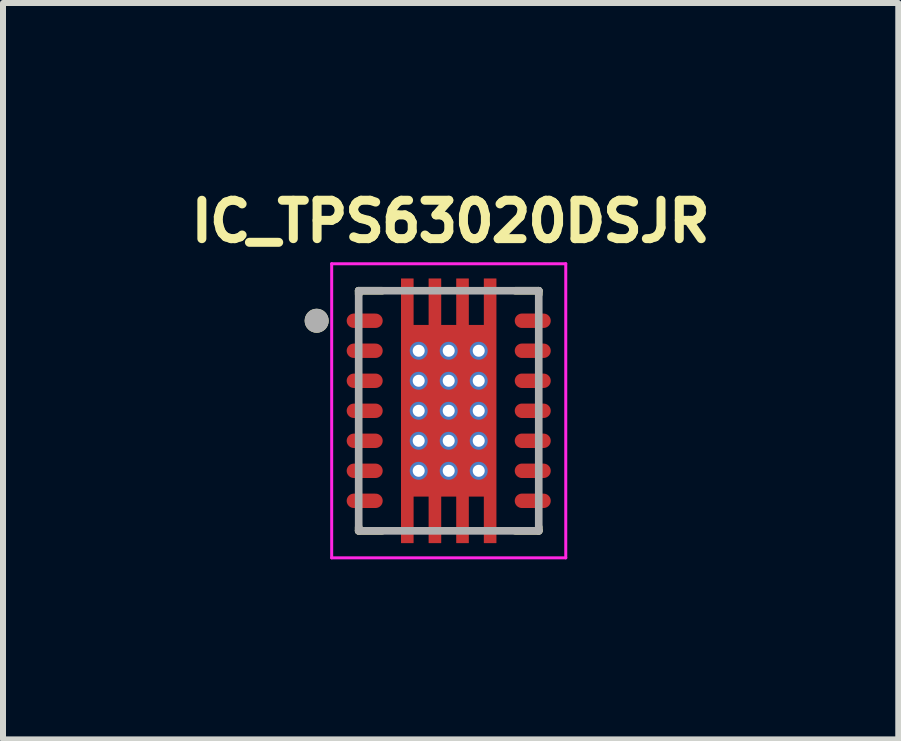
<source format=kicad_pcb>
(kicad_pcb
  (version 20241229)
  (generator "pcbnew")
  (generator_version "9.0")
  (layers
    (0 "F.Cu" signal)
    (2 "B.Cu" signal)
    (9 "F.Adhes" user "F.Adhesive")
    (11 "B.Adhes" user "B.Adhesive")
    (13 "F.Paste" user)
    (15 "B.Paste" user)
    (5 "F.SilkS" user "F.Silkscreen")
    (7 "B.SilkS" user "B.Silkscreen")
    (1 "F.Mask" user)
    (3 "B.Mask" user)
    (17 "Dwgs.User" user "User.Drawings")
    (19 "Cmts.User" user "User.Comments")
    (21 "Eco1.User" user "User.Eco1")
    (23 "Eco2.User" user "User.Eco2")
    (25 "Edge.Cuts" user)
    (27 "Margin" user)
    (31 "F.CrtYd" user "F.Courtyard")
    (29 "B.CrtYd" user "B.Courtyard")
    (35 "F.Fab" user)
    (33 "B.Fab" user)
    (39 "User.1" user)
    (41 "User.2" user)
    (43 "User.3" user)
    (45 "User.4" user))
  (footprint "IC_TPS63020DSJR"
    (layer "F.Cu")
    (at 4.426 3.794)
    (property "Reference" "IC_TPS63020DSJR" (at 0.032 -3.156 0) (layer "F.SilkS") (effects (font (size 0.64 0.64) (thickness 0.15))))
    (attr smd)
    (fp_poly (pts (xy -0.86 -2.27) (xy -0.52 -2.27) (xy -0.52 -1.495) (xy -0.4 -1.495) (xy -0.4 -2.27) (xy -0.06 -2.27) (xy -0.06 -1.495) (xy 0.06 -1.495) (xy 0.06 -2.27) (xy 0.4 -2.27) (xy 0.4 -1.495) (xy 0.52 -1.495) (xy 0.52 -2.27) (xy 0.86 -2.27) (xy 0.86 2.27) (xy 0.52 2.27) (xy 0.52 1.495) (xy 0.4 1.495) (xy 0.4 2.27) (xy 0.06 2.27) (xy 0.06 1.495) (xy -0.06 1.495) (xy -0.06 2.27) (xy -0.4 2.27) (xy -0.4 1.495) (xy -0.52 1.495) (xy -0.52 2.27) (xy -0.86 2.27)) (stroke (width 0.01) (type solid)) (fill yes) (layer "F.Mask"))
    (fp_poly (pts (xy -1.22 -1.31) (xy -1.58 -1.31) (xy -1.59 -1.31) (xy -1.6 -1.311) (xy -1.61 -1.312) (xy -1.62 -1.314) (xy -1.629 -1.316) (xy -1.639 -1.319) (xy -1.648 -1.323) (xy -1.657 -1.326) (xy -1.666 -1.331) (xy -1.675 -1.335) (xy -1.683 -1.341) (xy -1.692 -1.346) (xy -1.7 -1.352) (xy -1.707 -1.359) (xy -1.714 -1.366) (xy -1.721 -1.373) (xy -1.728 -1.38) (xy -1.734 -1.388) (xy -1.739 -1.397) (xy -1.745 -1.405) (xy -1.749 -1.414) (xy -1.754 -1.423) (xy -1.757 -1.432) (xy -1.761 -1.441) (xy -1.764 -1.451) (xy -1.766 -1.46) (xy -1.768 -1.47) (xy -1.769 -1.48) (xy -1.77 -1.49) (xy -1.77 -1.5) (xy -1.77 -1.51) (xy -1.769 -1.52) (xy -1.768 -1.53) (xy -1.766 -1.54) (xy -1.764 -1.549) (xy -1.761 -1.559) (xy -1.757 -1.568) (xy -1.754 -1.577) (xy -1.749 -1.586) (xy -1.745 -1.595) (xy -1.739 -1.603) (xy -1.734 -1.612) (xy -1.728 -1.62) (xy -1.721 -1.627) (xy -1.714 -1.634) (xy -1.707 -1.641) (xy -1.7 -1.648) (xy -1.692 -1.654) (xy -1.683 -1.659) (xy -1.675 -1.665) (xy -1.666 -1.669) (xy -1.657 -1.674) (xy -1.648 -1.677) (xy -1.639 -1.681) (xy -1.629 -1.684) (xy -1.62 -1.686) (xy -1.61 -1.688) (xy -1.6 -1.689) (xy -1.59 -1.69) (xy -1.58 -1.69) (xy -1.22 -1.69) (xy -1.21 -1.69) (xy -1.2 -1.689) (xy -1.19 -1.688) (xy -1.18 -1.686) (xy -1.171 -1.684) (xy -1.161 -1.681) (xy -1.152 -1.677) (xy -1.143 -1.674) (xy -1.134 -1.669) (xy -1.125 -1.665) (xy -1.117 -1.659) (xy -1.108 -1.654) (xy -1.1 -1.648) (xy -1.093 -1.641) (xy -1.086 -1.634) (xy -1.079 -1.627) (xy -1.072 -1.62) (xy -1.066 -1.612) (xy -1.061 -1.603) (xy -1.055 -1.595) (xy -1.051 -1.586) (xy -1.046 -1.577) (xy -1.043 -1.568) (xy -1.039 -1.559) (xy -1.036 -1.549) (xy -1.034 -1.54) (xy -1.032 -1.53) (xy -1.031 -1.52) (xy -1.03 -1.51) (xy -1.03 -1.5) (xy -1.03 -1.49) (xy -1.031 -1.48) (xy -1.032 -1.47) (xy -1.034 -1.46) (xy -1.036 -1.451) (xy -1.039 -1.441) (xy -1.043 -1.432) (xy -1.046 -1.423) (xy -1.051 -1.414) (xy -1.055 -1.405) (xy -1.061 -1.397) (xy -1.066 -1.388) (xy -1.072 -1.38) (xy -1.079 -1.373) (xy -1.086 -1.366) (xy -1.093 -1.359) (xy -1.1 -1.352) (xy -1.108 -1.346) (xy -1.117 -1.341) (xy -1.125 -1.335) (xy -1.134 -1.331) (xy -1.143 -1.326) (xy -1.152 -1.323) (xy -1.161 -1.319) (xy -1.171 -1.316) (xy -1.18 -1.314) (xy -1.19 -1.312) (xy -1.2 -1.311) (xy -1.21 -1.31) (xy -1.22 -1.31)) (stroke (width 0.01) (type solid)) (fill yes) (layer "F.Mask"))
    (fp_poly (pts (xy -1.22 -0.81) (xy -1.58 -0.81) (xy -1.59 -0.81) (xy -1.6 -0.811) (xy -1.61 -0.812) (xy -1.62 -0.814) (xy -1.629 -0.816) (xy -1.639 -0.819) (xy -1.648 -0.823) (xy -1.657 -0.826) (xy -1.666 -0.831) (xy -1.675 -0.835) (xy -1.683 -0.841) (xy -1.692 -0.846) (xy -1.7 -0.852) (xy -1.707 -0.859) (xy -1.714 -0.866) (xy -1.721 -0.873) (xy -1.728 -0.88) (xy -1.734 -0.888) (xy -1.739 -0.897) (xy -1.745 -0.905) (xy -1.749 -0.914) (xy -1.754 -0.923) (xy -1.757 -0.932) (xy -1.761 -0.941) (xy -1.764 -0.951) (xy -1.766 -0.96) (xy -1.768 -0.97) (xy -1.769 -0.98) (xy -1.77 -0.99) (xy -1.77 -1) (xy -1.77 -1.01) (xy -1.769 -1.02) (xy -1.768 -1.03) (xy -1.766 -1.04) (xy -1.764 -1.049) (xy -1.761 -1.059) (xy -1.757 -1.068) (xy -1.754 -1.077) (xy -1.749 -1.086) (xy -1.745 -1.095) (xy -1.739 -1.103) (xy -1.734 -1.112) (xy -1.728 -1.12) (xy -1.721 -1.127) (xy -1.714 -1.134) (xy -1.707 -1.141) (xy -1.7 -1.148) (xy -1.692 -1.154) (xy -1.683 -1.159) (xy -1.675 -1.165) (xy -1.666 -1.169) (xy -1.657 -1.174) (xy -1.648 -1.177) (xy -1.639 -1.181) (xy -1.629 -1.184) (xy -1.62 -1.186) (xy -1.61 -1.188) (xy -1.6 -1.189) (xy -1.59 -1.19) (xy -1.58 -1.19) (xy -1.22 -1.19) (xy -1.21 -1.19) (xy -1.2 -1.189) (xy -1.19 -1.188) (xy -1.18 -1.186) (xy -1.171 -1.184) (xy -1.161 -1.181) (xy -1.152 -1.177) (xy -1.143 -1.174) (xy -1.134 -1.169) (xy -1.125 -1.165) (xy -1.117 -1.159) (xy -1.108 -1.154) (xy -1.1 -1.148) (xy -1.093 -1.141) (xy -1.086 -1.134) (xy -1.079 -1.127) (xy -1.072 -1.12) (xy -1.066 -1.112) (xy -1.061 -1.103) (xy -1.055 -1.095) (xy -1.051 -1.086) (xy -1.046 -1.077) (xy -1.043 -1.068) (xy -1.039 -1.059) (xy -1.036 -1.049) (xy -1.034 -1.04) (xy -1.032 -1.03) (xy -1.031 -1.02) (xy -1.03 -1.01) (xy -1.03 -1) (xy -1.03 -0.99) (xy -1.031 -0.98) (xy -1.032 -0.97) (xy -1.034 -0.96) (xy -1.036 -0.951) (xy -1.039 -0.941) (xy -1.043 -0.932) (xy -1.046 -0.923) (xy -1.051 -0.914) (xy -1.055 -0.905) (xy -1.061 -0.897) (xy -1.066 -0.888) (xy -1.072 -0.88) (xy -1.079 -0.873) (xy -1.086 -0.866) (xy -1.093 -0.859) (xy -1.1 -0.852) (xy -1.108 -0.846) (xy -1.117 -0.841) (xy -1.125 -0.835) (xy -1.134 -0.831) (xy -1.143 -0.826) (xy -1.152 -0.823) (xy -1.161 -0.819) (xy -1.171 -0.816) (xy -1.18 -0.814) (xy -1.19 -0.812) (xy -1.2 -0.811) (xy -1.21 -0.81) (xy -1.22 -0.81)) (stroke (width 0.01) (type solid)) (fill yes) (layer "F.Mask"))
    (fp_poly (pts (xy -1.22 -0.31) (xy -1.58 -0.31) (xy -1.59 -0.31) (xy -1.6 -0.311) (xy -1.61 -0.312) (xy -1.62 -0.314) (xy -1.629 -0.316) (xy -1.639 -0.319) (xy -1.648 -0.323) (xy -1.657 -0.326) (xy -1.666 -0.331) (xy -1.675 -0.335) (xy -1.683 -0.341) (xy -1.692 -0.346) (xy -1.7 -0.352) (xy -1.707 -0.359) (xy -1.714 -0.366) (xy -1.721 -0.373) (xy -1.728 -0.38) (xy -1.734 -0.388) (xy -1.739 -0.397) (xy -1.745 -0.405) (xy -1.749 -0.414) (xy -1.754 -0.423) (xy -1.757 -0.432) (xy -1.761 -0.441) (xy -1.764 -0.451) (xy -1.766 -0.46) (xy -1.768 -0.47) (xy -1.769 -0.48) (xy -1.77 -0.49) (xy -1.77 -0.5) (xy -1.77 -0.51) (xy -1.769 -0.52) (xy -1.768 -0.53) (xy -1.766 -0.54) (xy -1.764 -0.549) (xy -1.761 -0.559) (xy -1.757 -0.568) (xy -1.754 -0.577) (xy -1.749 -0.586) (xy -1.745 -0.595) (xy -1.739 -0.603) (xy -1.734 -0.612) (xy -1.728 -0.62) (xy -1.721 -0.627) (xy -1.714 -0.634) (xy -1.707 -0.641) (xy -1.7 -0.648) (xy -1.692 -0.654) (xy -1.683 -0.659) (xy -1.675 -0.665) (xy -1.666 -0.669) (xy -1.657 -0.674) (xy -1.648 -0.677) (xy -1.639 -0.681) (xy -1.629 -0.684) (xy -1.62 -0.686) (xy -1.61 -0.688) (xy -1.6 -0.689) (xy -1.59 -0.69) (xy -1.58 -0.69) (xy -1.22 -0.69) (xy -1.21 -0.69) (xy -1.2 -0.689) (xy -1.19 -0.688) (xy -1.18 -0.686) (xy -1.171 -0.684) (xy -1.161 -0.681) (xy -1.152 -0.677) (xy -1.143 -0.674) (xy -1.134 -0.669) (xy -1.125 -0.665) (xy -1.117 -0.659) (xy -1.108 -0.654) (xy -1.1 -0.648) (xy -1.093 -0.641) (xy -1.086 -0.634) (xy -1.079 -0.627) (xy -1.072 -0.62) (xy -1.066 -0.612) (xy -1.061 -0.603) (xy -1.055 -0.595) (xy -1.051 -0.586) (xy -1.046 -0.577) (xy -1.043 -0.568) (xy -1.039 -0.559) (xy -1.036 -0.549) (xy -1.034 -0.54) (xy -1.032 -0.53) (xy -1.031 -0.52) (xy -1.03 -0.51) (xy -1.03 -0.5) (xy -1.03 -0.49) (xy -1.031 -0.48) (xy -1.032 -0.47) (xy -1.034 -0.46) (xy -1.036 -0.451) (xy -1.039 -0.441) (xy -1.043 -0.432) (xy -1.046 -0.423) (xy -1.051 -0.414) (xy -1.055 -0.405) (xy -1.061 -0.397) (xy -1.066 -0.388) (xy -1.072 -0.38) (xy -1.079 -0.373) (xy -1.086 -0.366) (xy -1.093 -0.359) (xy -1.1 -0.352) (xy -1.108 -0.346) (xy -1.117 -0.341) (xy -1.125 -0.335) (xy -1.134 -0.331) (xy -1.143 -0.326) (xy -1.152 -0.323) (xy -1.161 -0.319) (xy -1.171 -0.316) (xy -1.18 -0.314) (xy -1.19 -0.312) (xy -1.2 -0.311) (xy -1.21 -0.31) (xy -1.22 -0.31)) (stroke (width 0.01) (type solid)) (fill yes) (layer "F.Mask"))
    (fp_poly (pts (xy -1.22 0.19) (xy -1.58 0.19) (xy -1.59 0.19) (xy -1.6 0.189) (xy -1.61 0.188) (xy -1.62 0.186) (xy -1.629 0.184) (xy -1.639 0.181) (xy -1.648 0.177) (xy -1.657 0.174) (xy -1.666 0.169) (xy -1.675 0.165) (xy -1.683 0.159) (xy -1.692 0.154) (xy -1.7 0.148) (xy -1.707 0.141) (xy -1.714 0.134) (xy -1.721 0.127) (xy -1.728 0.12) (xy -1.734 0.112) (xy -1.739 0.103) (xy -1.745 0.095) (xy -1.749 0.086) (xy -1.754 0.077) (xy -1.757 0.068) (xy -1.761 0.059) (xy -1.764 0.049) (xy -1.766 0.04) (xy -1.768 0.03) (xy -1.769 0.02) (xy -1.77 0.01) (xy -1.77 0) (xy -1.77 -0.01) (xy -1.769 -0.02) (xy -1.768 -0.03) (xy -1.766 -0.04) (xy -1.764 -0.049) (xy -1.761 -0.059) (xy -1.757 -0.068) (xy -1.754 -0.077) (xy -1.749 -0.086) (xy -1.745 -0.095) (xy -1.739 -0.103) (xy -1.734 -0.112) (xy -1.728 -0.12) (xy -1.721 -0.127) (xy -1.714 -0.134) (xy -1.707 -0.141) (xy -1.7 -0.148) (xy -1.692 -0.154) (xy -1.683 -0.159) (xy -1.675 -0.165) (xy -1.666 -0.169) (xy -1.657 -0.174) (xy -1.648 -0.177) (xy -1.639 -0.181) (xy -1.629 -0.184) (xy -1.62 -0.186) (xy -1.61 -0.188) (xy -1.6 -0.189) (xy -1.59 -0.19) (xy -1.58 -0.19) (xy -1.22 -0.19) (xy -1.21 -0.19) (xy -1.2 -0.189) (xy -1.19 -0.188) (xy -1.18 -0.186) (xy -1.171 -0.184) (xy -1.161 -0.181) (xy -1.152 -0.177) (xy -1.143 -0.174) (xy -1.134 -0.169) (xy -1.125 -0.165) (xy -1.117 -0.159) (xy -1.108 -0.154) (xy -1.1 -0.148) (xy -1.093 -0.141) (xy -1.086 -0.134) (xy -1.079 -0.127) (xy -1.072 -0.12) (xy -1.066 -0.112) (xy -1.061 -0.103) (xy -1.055 -0.095) (xy -1.051 -0.086) (xy -1.046 -0.077) (xy -1.043 -0.068) (xy -1.039 -0.059) (xy -1.036 -0.049) (xy -1.034 -0.04) (xy -1.032 -0.03) (xy -1.031 -0.02) (xy -1.03 -0.01) (xy -1.03 0) (xy -1.03 0.01) (xy -1.031 0.02) (xy -1.032 0.03) (xy -1.034 0.04) (xy -1.036 0.049) (xy -1.039 0.059) (xy -1.043 0.068) (xy -1.046 0.077) (xy -1.051 0.086) (xy -1.055 0.095) (xy -1.061 0.103) (xy -1.066 0.112) (xy -1.072 0.12) (xy -1.079 0.127) (xy -1.086 0.134) (xy -1.093 0.141) (xy -1.1 0.148) (xy -1.108 0.154) (xy -1.117 0.159) (xy -1.125 0.165) (xy -1.134 0.169) (xy -1.143 0.174) (xy -1.152 0.177) (xy -1.161 0.181) (xy -1.171 0.184) (xy -1.18 0.186) (xy -1.19 0.188) (xy -1.2 0.189) (xy -1.21 0.19) (xy -1.22 0.19)) (stroke (width 0.01) (type solid)) (fill yes) (layer "F.Mask"))
    (fp_poly (pts (xy -1.22 0.69) (xy -1.58 0.69) (xy -1.59 0.69) (xy -1.6 0.689) (xy -1.61 0.688) (xy -1.62 0.686) (xy -1.629 0.684) (xy -1.639 0.681) (xy -1.648 0.677) (xy -1.657 0.674) (xy -1.666 0.669) (xy -1.675 0.665) (xy -1.683 0.659) (xy -1.692 0.654) (xy -1.7 0.648) (xy -1.707 0.641) (xy -1.714 0.634) (xy -1.721 0.627) (xy -1.728 0.62) (xy -1.734 0.612) (xy -1.739 0.603) (xy -1.745 0.595) (xy -1.749 0.586) (xy -1.754 0.577) (xy -1.757 0.568) (xy -1.761 0.559) (xy -1.764 0.549) (xy -1.766 0.54) (xy -1.768 0.53) (xy -1.769 0.52) (xy -1.77 0.51) (xy -1.77 0.5) (xy -1.77 0.49) (xy -1.769 0.48) (xy -1.768 0.47) (xy -1.766 0.46) (xy -1.764 0.451) (xy -1.761 0.441) (xy -1.757 0.432) (xy -1.754 0.423) (xy -1.749 0.414) (xy -1.745 0.405) (xy -1.739 0.397) (xy -1.734 0.388) (xy -1.728 0.38) (xy -1.721 0.373) (xy -1.714 0.366) (xy -1.707 0.359) (xy -1.7 0.352) (xy -1.692 0.346) (xy -1.683 0.341) (xy -1.675 0.335) (xy -1.666 0.331) (xy -1.657 0.326) (xy -1.648 0.323) (xy -1.639 0.319) (xy -1.629 0.316) (xy -1.62 0.314) (xy -1.61 0.312) (xy -1.6 0.311) (xy -1.59 0.31) (xy -1.58 0.31) (xy -1.22 0.31) (xy -1.21 0.31) (xy -1.2 0.311) (xy -1.19 0.312) (xy -1.18 0.314) (xy -1.171 0.316) (xy -1.161 0.319) (xy -1.152 0.323) (xy -1.143 0.326) (xy -1.134 0.331) (xy -1.125 0.335) (xy -1.117 0.341) (xy -1.108 0.346) (xy -1.1 0.352) (xy -1.093 0.359) (xy -1.086 0.366) (xy -1.079 0.373) (xy -1.072 0.38) (xy -1.066 0.388) (xy -1.061 0.397) (xy -1.055 0.405) (xy -1.051 0.414) (xy -1.046 0.423) (xy -1.043 0.432) (xy -1.039 0.441) (xy -1.036 0.451) (xy -1.034 0.46) (xy -1.032 0.47) (xy -1.031 0.48) (xy -1.03 0.49) (xy -1.03 0.5) (xy -1.03 0.51) (xy -1.031 0.52) (xy -1.032 0.53) (xy -1.034 0.54) (xy -1.036 0.549) (xy -1.039 0.559) (xy -1.043 0.568) (xy -1.046 0.577) (xy -1.051 0.586) (xy -1.055 0.595) (xy -1.061 0.603) (xy -1.066 0.612) (xy -1.072 0.62) (xy -1.079 0.627) (xy -1.086 0.634) (xy -1.093 0.641) (xy -1.1 0.648) (xy -1.108 0.654) (xy -1.117 0.659) (xy -1.125 0.665) (xy -1.134 0.669) (xy -1.143 0.674) (xy -1.152 0.677) (xy -1.161 0.681) (xy -1.171 0.684) (xy -1.18 0.686) (xy -1.19 0.688) (xy -1.2 0.689) (xy -1.21 0.69) (xy -1.22 0.69)) (stroke (width 0.01) (type solid)) (fill yes) (layer "F.Mask"))
    (fp_poly (pts (xy -1.22 1.19) (xy -1.58 1.19) (xy -1.59 1.19) (xy -1.6 1.189) (xy -1.61 1.188) (xy -1.62 1.186) (xy -1.629 1.184) (xy -1.639 1.181) (xy -1.648 1.177) (xy -1.657 1.174) (xy -1.666 1.169) (xy -1.675 1.165) (xy -1.683 1.159) (xy -1.692 1.154) (xy -1.7 1.148) (xy -1.707 1.141) (xy -1.714 1.134) (xy -1.721 1.127) (xy -1.728 1.12) (xy -1.734 1.112) (xy -1.739 1.103) (xy -1.745 1.095) (xy -1.749 1.086) (xy -1.754 1.077) (xy -1.757 1.068) (xy -1.761 1.059) (xy -1.764 1.049) (xy -1.766 1.04) (xy -1.768 1.03) (xy -1.769 1.02) (xy -1.77 1.01) (xy -1.77 1) (xy -1.77 0.99) (xy -1.769 0.98) (xy -1.768 0.97) (xy -1.766 0.96) (xy -1.764 0.951) (xy -1.761 0.941) (xy -1.757 0.932) (xy -1.754 0.923) (xy -1.749 0.914) (xy -1.745 0.905) (xy -1.739 0.897) (xy -1.734 0.888) (xy -1.728 0.88) (xy -1.721 0.873) (xy -1.714 0.866) (xy -1.707 0.859) (xy -1.7 0.852) (xy -1.692 0.846) (xy -1.683 0.841) (xy -1.675 0.835) (xy -1.666 0.831) (xy -1.657 0.826) (xy -1.648 0.823) (xy -1.639 0.819) (xy -1.629 0.816) (xy -1.62 0.814) (xy -1.61 0.812) (xy -1.6 0.811) (xy -1.59 0.81) (xy -1.58 0.81) (xy -1.22 0.81) (xy -1.21 0.81) (xy -1.2 0.811) (xy -1.19 0.812) (xy -1.18 0.814) (xy -1.171 0.816) (xy -1.161 0.819) (xy -1.152 0.823) (xy -1.143 0.826) (xy -1.134 0.831) (xy -1.125 0.835) (xy -1.117 0.841) (xy -1.108 0.846) (xy -1.1 0.852) (xy -1.093 0.859) (xy -1.086 0.866) (xy -1.079 0.873) (xy -1.072 0.88) (xy -1.066 0.888) (xy -1.061 0.897) (xy -1.055 0.905) (xy -1.051 0.914) (xy -1.046 0.923) (xy -1.043 0.932) (xy -1.039 0.941) (xy -1.036 0.951) (xy -1.034 0.96) (xy -1.032 0.97) (xy -1.031 0.98) (xy -1.03 0.99) (xy -1.03 1) (xy -1.03 1.01) (xy -1.031 1.02) (xy -1.032 1.03) (xy -1.034 1.04) (xy -1.036 1.049) (xy -1.039 1.059) (xy -1.043 1.068) (xy -1.046 1.077) (xy -1.051 1.086) (xy -1.055 1.095) (xy -1.061 1.103) (xy -1.066 1.112) (xy -1.072 1.12) (xy -1.079 1.127) (xy -1.086 1.134) (xy -1.093 1.141) (xy -1.1 1.148) (xy -1.108 1.154) (xy -1.117 1.159) (xy -1.125 1.165) (xy -1.134 1.169) (xy -1.143 1.174) (xy -1.152 1.177) (xy -1.161 1.181) (xy -1.171 1.184) (xy -1.18 1.186) (xy -1.19 1.188) (xy -1.2 1.189) (xy -1.21 1.19) (xy -1.22 1.19)) (stroke (width 0.01) (type solid)) (fill yes) (layer "F.Mask"))
    (fp_poly (pts (xy -1.22 1.69) (xy -1.58 1.69) (xy -1.59 1.69) (xy -1.6 1.689) (xy -1.61 1.688) (xy -1.62 1.686) (xy -1.629 1.684) (xy -1.639 1.681) (xy -1.648 1.677) (xy -1.657 1.674) (xy -1.666 1.669) (xy -1.675 1.665) (xy -1.683 1.659) (xy -1.692 1.654) (xy -1.7 1.648) (xy -1.707 1.641) (xy -1.714 1.634) (xy -1.721 1.627) (xy -1.728 1.62) (xy -1.734 1.612) (xy -1.739 1.603) (xy -1.745 1.595) (xy -1.749 1.586) (xy -1.754 1.577) (xy -1.757 1.568) (xy -1.761 1.559) (xy -1.764 1.549) (xy -1.766 1.54) (xy -1.768 1.53) (xy -1.769 1.52) (xy -1.77 1.51) (xy -1.77 1.5) (xy -1.77 1.49) (xy -1.769 1.48) (xy -1.768 1.47) (xy -1.766 1.46) (xy -1.764 1.451) (xy -1.761 1.441) (xy -1.757 1.432) (xy -1.754 1.423) (xy -1.749 1.414) (xy -1.745 1.405) (xy -1.739 1.397) (xy -1.734 1.388) (xy -1.728 1.38) (xy -1.721 1.373) (xy -1.714 1.366) (xy -1.707 1.359) (xy -1.7 1.352) (xy -1.692 1.346) (xy -1.683 1.341) (xy -1.675 1.335) (xy -1.666 1.331) (xy -1.657 1.326) (xy -1.648 1.323) (xy -1.639 1.319) (xy -1.629 1.316) (xy -1.62 1.314) (xy -1.61 1.312) (xy -1.6 1.311) (xy -1.59 1.31) (xy -1.58 1.31) (xy -1.22 1.31) (xy -1.21 1.31) (xy -1.2 1.311) (xy -1.19 1.312) (xy -1.18 1.314) (xy -1.171 1.316) (xy -1.161 1.319) (xy -1.152 1.323) (xy -1.143 1.326) (xy -1.134 1.331) (xy -1.125 1.335) (xy -1.117 1.341) (xy -1.108 1.346) (xy -1.1 1.352) (xy -1.093 1.359) (xy -1.086 1.366) (xy -1.079 1.373) (xy -1.072 1.38) (xy -1.066 1.388) (xy -1.061 1.397) (xy -1.055 1.405) (xy -1.051 1.414) (xy -1.046 1.423) (xy -1.043 1.432) (xy -1.039 1.441) (xy -1.036 1.451) (xy -1.034 1.46) (xy -1.032 1.47) (xy -1.031 1.48) (xy -1.03 1.49) (xy -1.03 1.5) (xy -1.03 1.51) (xy -1.031 1.52) (xy -1.032 1.53) (xy -1.034 1.54) (xy -1.036 1.549) (xy -1.039 1.559) (xy -1.043 1.568) (xy -1.046 1.577) (xy -1.051 1.586) (xy -1.055 1.595) (xy -1.061 1.603) (xy -1.066 1.612) (xy -1.072 1.62) (xy -1.079 1.627) (xy -1.086 1.634) (xy -1.093 1.641) (xy -1.1 1.648) (xy -1.108 1.654) (xy -1.117 1.659) (xy -1.125 1.665) (xy -1.134 1.669) (xy -1.143 1.674) (xy -1.152 1.677) (xy -1.161 1.681) (xy -1.171 1.684) (xy -1.18 1.686) (xy -1.19 1.688) (xy -1.2 1.689) (xy -1.21 1.69) (xy -1.22 1.69)) (stroke (width 0.01) (type solid)) (fill yes) (layer "F.Mask"))
    (fp_poly (pts (xy 1.58 -1.31) (xy 1.22 -1.31) (xy 1.21 -1.31) (xy 1.2 -1.311) (xy 1.19 -1.312) (xy 1.18 -1.314) (xy 1.171 -1.316) (xy 1.161 -1.319) (xy 1.152 -1.323) (xy 1.143 -1.326) (xy 1.134 -1.331) (xy 1.125 -1.335) (xy 1.117 -1.341) (xy 1.108 -1.346) (xy 1.1 -1.352) (xy 1.093 -1.359) (xy 1.086 -1.366) (xy 1.079 -1.373) (xy 1.072 -1.38) (xy 1.066 -1.388) (xy 1.061 -1.397) (xy 1.055 -1.405) (xy 1.051 -1.414) (xy 1.046 -1.423) (xy 1.043 -1.432) (xy 1.039 -1.441) (xy 1.036 -1.451) (xy 1.034 -1.46) (xy 1.032 -1.47) (xy 1.031 -1.48) (xy 1.03 -1.49) (xy 1.03 -1.5) (xy 1.03 -1.51) (xy 1.031 -1.52) (xy 1.032 -1.53) (xy 1.034 -1.54) (xy 1.036 -1.549) (xy 1.039 -1.559) (xy 1.043 -1.568) (xy 1.046 -1.577) (xy 1.051 -1.586) (xy 1.055 -1.595) (xy 1.061 -1.603) (xy 1.066 -1.612) (xy 1.072 -1.62) (xy 1.079 -1.627) (xy 1.086 -1.634) (xy 1.093 -1.641) (xy 1.1 -1.648) (xy 1.108 -1.654) (xy 1.117 -1.659) (xy 1.125 -1.665) (xy 1.134 -1.669) (xy 1.143 -1.674) (xy 1.152 -1.677) (xy 1.161 -1.681) (xy 1.171 -1.684) (xy 1.18 -1.686) (xy 1.19 -1.688) (xy 1.2 -1.689) (xy 1.21 -1.69) (xy 1.22 -1.69) (xy 1.58 -1.69) (xy 1.59 -1.69) (xy 1.6 -1.689) (xy 1.61 -1.688) (xy 1.62 -1.686) (xy 1.629 -1.684) (xy 1.639 -1.681) (xy 1.648 -1.677) (xy 1.657 -1.674) (xy 1.666 -1.669) (xy 1.675 -1.665) (xy 1.683 -1.659) (xy 1.692 -1.654) (xy 1.7 -1.648) (xy 1.707 -1.641) (xy 1.714 -1.634) (xy 1.721 -1.627) (xy 1.728 -1.62) (xy 1.734 -1.612) (xy 1.739 -1.603) (xy 1.745 -1.595) (xy 1.749 -1.586) (xy 1.754 -1.577) (xy 1.757 -1.568) (xy 1.761 -1.559) (xy 1.764 -1.549) (xy 1.766 -1.54) (xy 1.768 -1.53) (xy 1.769 -1.52) (xy 1.77 -1.51) (xy 1.77 -1.5) (xy 1.77 -1.49) (xy 1.769 -1.48) (xy 1.768 -1.47) (xy 1.766 -1.46) (xy 1.764 -1.451) (xy 1.761 -1.441) (xy 1.757 -1.432) (xy 1.754 -1.423) (xy 1.749 -1.414) (xy 1.745 -1.405) (xy 1.739 -1.397) (xy 1.734 -1.388) (xy 1.728 -1.38) (xy 1.721 -1.373) (xy 1.714 -1.366) (xy 1.707 -1.359) (xy 1.7 -1.352) (xy 1.692 -1.346) (xy 1.683 -1.341) (xy 1.675 -1.335) (xy 1.666 -1.331) (xy 1.657 -1.326) (xy 1.648 -1.323) (xy 1.639 -1.319) (xy 1.629 -1.316) (xy 1.62 -1.314) (xy 1.61 -1.312) (xy 1.6 -1.311) (xy 1.59 -1.31) (xy 1.58 -1.31)) (stroke (width 0.01) (type solid)) (fill yes) (layer "F.Mask"))
    (fp_poly (pts (xy 1.58 -0.81) (xy 1.22 -0.81) (xy 1.21 -0.81) (xy 1.2 -0.811) (xy 1.19 -0.812) (xy 1.18 -0.814) (xy 1.171 -0.816) (xy 1.161 -0.819) (xy 1.152 -0.823) (xy 1.143 -0.826) (xy 1.134 -0.831) (xy 1.125 -0.835) (xy 1.117 -0.841) (xy 1.108 -0.846) (xy 1.1 -0.852) (xy 1.093 -0.859) (xy 1.086 -0.866) (xy 1.079 -0.873) (xy 1.072 -0.88) (xy 1.066 -0.888) (xy 1.061 -0.897) (xy 1.055 -0.905) (xy 1.051 -0.914) (xy 1.046 -0.923) (xy 1.043 -0.932) (xy 1.039 -0.941) (xy 1.036 -0.951) (xy 1.034 -0.96) (xy 1.032 -0.97) (xy 1.031 -0.98) (xy 1.03 -0.99) (xy 1.03 -1) (xy 1.03 -1.01) (xy 1.031 -1.02) (xy 1.032 -1.03) (xy 1.034 -1.04) (xy 1.036 -1.049) (xy 1.039 -1.059) (xy 1.043 -1.068) (xy 1.046 -1.077) (xy 1.051 -1.086) (xy 1.055 -1.095) (xy 1.061 -1.103) (xy 1.066 -1.112) (xy 1.072 -1.12) (xy 1.079 -1.127) (xy 1.086 -1.134) (xy 1.093 -1.141) (xy 1.1 -1.148) (xy 1.108 -1.154) (xy 1.117 -1.159) (xy 1.125 -1.165) (xy 1.134 -1.169) (xy 1.143 -1.174) (xy 1.152 -1.177) (xy 1.161 -1.181) (xy 1.171 -1.184) (xy 1.18 -1.186) (xy 1.19 -1.188) (xy 1.2 -1.189) (xy 1.21 -1.19) (xy 1.22 -1.19) (xy 1.58 -1.19) (xy 1.59 -1.19) (xy 1.6 -1.189) (xy 1.61 -1.188) (xy 1.62 -1.186) (xy 1.629 -1.184) (xy 1.639 -1.181) (xy 1.648 -1.177) (xy 1.657 -1.174) (xy 1.666 -1.169) (xy 1.675 -1.165) (xy 1.683 -1.159) (xy 1.692 -1.154) (xy 1.7 -1.148) (xy 1.707 -1.141) (xy 1.714 -1.134) (xy 1.721 -1.127) (xy 1.728 -1.12) (xy 1.734 -1.112) (xy 1.739 -1.103) (xy 1.745 -1.095) (xy 1.749 -1.086) (xy 1.754 -1.077) (xy 1.757 -1.068) (xy 1.761 -1.059) (xy 1.764 -1.049) (xy 1.766 -1.04) (xy 1.768 -1.03) (xy 1.769 -1.02) (xy 1.77 -1.01) (xy 1.77 -1) (xy 1.77 -0.99) (xy 1.769 -0.98) (xy 1.768 -0.97) (xy 1.766 -0.96) (xy 1.764 -0.951) (xy 1.761 -0.941) (xy 1.757 -0.932) (xy 1.754 -0.923) (xy 1.749 -0.914) (xy 1.745 -0.905) (xy 1.739 -0.897) (xy 1.734 -0.888) (xy 1.728 -0.88) (xy 1.721 -0.873) (xy 1.714 -0.866) (xy 1.707 -0.859) (xy 1.7 -0.852) (xy 1.692 -0.846) (xy 1.683 -0.841) (xy 1.675 -0.835) (xy 1.666 -0.831) (xy 1.657 -0.826) (xy 1.648 -0.823) (xy 1.639 -0.819) (xy 1.629 -0.816) (xy 1.62 -0.814) (xy 1.61 -0.812) (xy 1.6 -0.811) (xy 1.59 -0.81) (xy 1.58 -0.81)) (stroke (width 0.01) (type solid)) (fill yes) (layer "F.Mask"))
    (fp_poly (pts (xy 1.58 -0.31) (xy 1.22 -0.31) (xy 1.21 -0.31) (xy 1.2 -0.311) (xy 1.19 -0.312) (xy 1.18 -0.314) (xy 1.171 -0.316) (xy 1.161 -0.319) (xy 1.152 -0.323) (xy 1.143 -0.326) (xy 1.134 -0.331) (xy 1.125 -0.335) (xy 1.117 -0.341) (xy 1.108 -0.346) (xy 1.1 -0.352) (xy 1.093 -0.359) (xy 1.086 -0.366) (xy 1.079 -0.373) (xy 1.072 -0.38) (xy 1.066 -0.388) (xy 1.061 -0.397) (xy 1.055 -0.405) (xy 1.051 -0.414) (xy 1.046 -0.423) (xy 1.043 -0.432) (xy 1.039 -0.441) (xy 1.036 -0.451) (xy 1.034 -0.46) (xy 1.032 -0.47) (xy 1.031 -0.48) (xy 1.03 -0.49) (xy 1.03 -0.5) (xy 1.03 -0.51) (xy 1.031 -0.52) (xy 1.032 -0.53) (xy 1.034 -0.54) (xy 1.036 -0.549) (xy 1.039 -0.559) (xy 1.043 -0.568) (xy 1.046 -0.577) (xy 1.051 -0.586) (xy 1.055 -0.595) (xy 1.061 -0.603) (xy 1.066 -0.612) (xy 1.072 -0.62) (xy 1.079 -0.627) (xy 1.086 -0.634) (xy 1.093 -0.641) (xy 1.1 -0.648) (xy 1.108 -0.654) (xy 1.117 -0.659) (xy 1.125 -0.665) (xy 1.134 -0.669) (xy 1.143 -0.674) (xy 1.152 -0.677) (xy 1.161 -0.681) (xy 1.171 -0.684) (xy 1.18 -0.686) (xy 1.19 -0.688) (xy 1.2 -0.689) (xy 1.21 -0.69) (xy 1.22 -0.69) (xy 1.58 -0.69) (xy 1.59 -0.69) (xy 1.6 -0.689) (xy 1.61 -0.688) (xy 1.62 -0.686) (xy 1.629 -0.684) (xy 1.639 -0.681) (xy 1.648 -0.677) (xy 1.657 -0.674) (xy 1.666 -0.669) (xy 1.675 -0.665) (xy 1.683 -0.659) (xy 1.692 -0.654) (xy 1.7 -0.648) (xy 1.707 -0.641) (xy 1.714 -0.634) (xy 1.721 -0.627) (xy 1.728 -0.62) (xy 1.734 -0.612) (xy 1.739 -0.603) (xy 1.745 -0.595) (xy 1.749 -0.586) (xy 1.754 -0.577) (xy 1.757 -0.568) (xy 1.761 -0.559) (xy 1.764 -0.549) (xy 1.766 -0.54) (xy 1.768 -0.53) (xy 1.769 -0.52) (xy 1.77 -0.51) (xy 1.77 -0.5) (xy 1.77 -0.49) (xy 1.769 -0.48) (xy 1.768 -0.47) (xy 1.766 -0.46) (xy 1.764 -0.451) (xy 1.761 -0.441) (xy 1.757 -0.432) (xy 1.754 -0.423) (xy 1.749 -0.414) (xy 1.745 -0.405) (xy 1.739 -0.397) (xy 1.734 -0.388) (xy 1.728 -0.38) (xy 1.721 -0.373) (xy 1.714 -0.366) (xy 1.707 -0.359) (xy 1.7 -0.352) (xy 1.692 -0.346) (xy 1.683 -0.341) (xy 1.675 -0.335) (xy 1.666 -0.331) (xy 1.657 -0.326) (xy 1.648 -0.323) (xy 1.639 -0.319) (xy 1.629 -0.316) (xy 1.62 -0.314) (xy 1.61 -0.312) (xy 1.6 -0.311) (xy 1.59 -0.31) (xy 1.58 -0.31)) (stroke (width 0.01) (type solid)) (fill yes) (layer "F.Mask"))
    (fp_poly (pts (xy 1.58 0.19) (xy 1.22 0.19) (xy 1.21 0.19) (xy 1.2 0.189) (xy 1.19 0.188) (xy 1.18 0.186) (xy 1.171 0.184) (xy 1.161 0.181) (xy 1.152 0.177) (xy 1.143 0.174) (xy 1.134 0.169) (xy 1.125 0.165) (xy 1.117 0.159) (xy 1.108 0.154) (xy 1.1 0.148) (xy 1.093 0.141) (xy 1.086 0.134) (xy 1.079 0.127) (xy 1.072 0.12) (xy 1.066 0.112) (xy 1.061 0.103) (xy 1.055 0.095) (xy 1.051 0.086) (xy 1.046 0.077) (xy 1.043 0.068) (xy 1.039 0.059) (xy 1.036 0.049) (xy 1.034 0.04) (xy 1.032 0.03) (xy 1.031 0.02) (xy 1.03 0.01) (xy 1.03 0) (xy 1.03 -0.01) (xy 1.031 -0.02) (xy 1.032 -0.03) (xy 1.034 -0.04) (xy 1.036 -0.049) (xy 1.039 -0.059) (xy 1.043 -0.068) (xy 1.046 -0.077) (xy 1.051 -0.086) (xy 1.055 -0.095) (xy 1.061 -0.103) (xy 1.066 -0.112) (xy 1.072 -0.12) (xy 1.079 -0.127) (xy 1.086 -0.134) (xy 1.093 -0.141) (xy 1.1 -0.148) (xy 1.108 -0.154) (xy 1.117 -0.159) (xy 1.125 -0.165) (xy 1.134 -0.169) (xy 1.143 -0.174) (xy 1.152 -0.177) (xy 1.161 -0.181) (xy 1.171 -0.184) (xy 1.18 -0.186) (xy 1.19 -0.188) (xy 1.2 -0.189) (xy 1.21 -0.19) (xy 1.22 -0.19) (xy 1.58 -0.19) (xy 1.59 -0.19) (xy 1.6 -0.189) (xy 1.61 -0.188) (xy 1.62 -0.186) (xy 1.629 -0.184) (xy 1.639 -0.181) (xy 1.648 -0.177) (xy 1.657 -0.174) (xy 1.666 -0.169) (xy 1.675 -0.165) (xy 1.683 -0.159) (xy 1.692 -0.154) (xy 1.7 -0.148) (xy 1.707 -0.141) (xy 1.714 -0.134) (xy 1.721 -0.127) (xy 1.728 -0.12) (xy 1.734 -0.112) (xy 1.739 -0.103) (xy 1.745 -0.095) (xy 1.749 -0.086) (xy 1.754 -0.077) (xy 1.757 -0.068) (xy 1.761 -0.059) (xy 1.764 -0.049) (xy 1.766 -0.04) (xy 1.768 -0.03) (xy 1.769 -0.02) (xy 1.77 -0.01) (xy 1.77 0) (xy 1.77 0.01) (xy 1.769 0.02) (xy 1.768 0.03) (xy 1.766 0.04) (xy 1.764 0.049) (xy 1.761 0.059) (xy 1.757 0.068) (xy 1.754 0.077) (xy 1.749 0.086) (xy 1.745 0.095) (xy 1.739 0.103) (xy 1.734 0.112) (xy 1.728 0.12) (xy 1.721 0.127) (xy 1.714 0.134) (xy 1.707 0.141) (xy 1.7 0.148) (xy 1.692 0.154) (xy 1.683 0.159) (xy 1.675 0.165) (xy 1.666 0.169) (xy 1.657 0.174) (xy 1.648 0.177) (xy 1.639 0.181) (xy 1.629 0.184) (xy 1.62 0.186) (xy 1.61 0.188) (xy 1.6 0.189) (xy 1.59 0.19) (xy 1.58 0.19)) (stroke (width 0.01) (type solid)) (fill yes) (layer "F.Mask"))
    (fp_poly (pts (xy 1.58 0.69) (xy 1.22 0.69) (xy 1.21 0.69) (xy 1.2 0.689) (xy 1.19 0.688) (xy 1.18 0.686) (xy 1.171 0.684) (xy 1.161 0.681) (xy 1.152 0.677) (xy 1.143 0.674) (xy 1.134 0.669) (xy 1.125 0.665) (xy 1.117 0.659) (xy 1.108 0.654) (xy 1.1 0.648) (xy 1.093 0.641) (xy 1.086 0.634) (xy 1.079 0.627) (xy 1.072 0.62) (xy 1.066 0.612) (xy 1.061 0.603) (xy 1.055 0.595) (xy 1.051 0.586) (xy 1.046 0.577) (xy 1.043 0.568) (xy 1.039 0.559) (xy 1.036 0.549) (xy 1.034 0.54) (xy 1.032 0.53) (xy 1.031 0.52) (xy 1.03 0.51) (xy 1.03 0.5) (xy 1.03 0.49) (xy 1.031 0.48) (xy 1.032 0.47) (xy 1.034 0.46) (xy 1.036 0.451) (xy 1.039 0.441) (xy 1.043 0.432) (xy 1.046 0.423) (xy 1.051 0.414) (xy 1.055 0.405) (xy 1.061 0.397) (xy 1.066 0.388) (xy 1.072 0.38) (xy 1.079 0.373) (xy 1.086 0.366) (xy 1.093 0.359) (xy 1.1 0.352) (xy 1.108 0.346) (xy 1.117 0.341) (xy 1.125 0.335) (xy 1.134 0.331) (xy 1.143 0.326) (xy 1.152 0.323) (xy 1.161 0.319) (xy 1.171 0.316) (xy 1.18 0.314) (xy 1.19 0.312) (xy 1.2 0.311) (xy 1.21 0.31) (xy 1.22 0.31) (xy 1.58 0.31) (xy 1.59 0.31) (xy 1.6 0.311) (xy 1.61 0.312) (xy 1.62 0.314) (xy 1.629 0.316) (xy 1.639 0.319) (xy 1.648 0.323) (xy 1.657 0.326) (xy 1.666 0.331) (xy 1.675 0.335) (xy 1.683 0.341) (xy 1.692 0.346) (xy 1.7 0.352) (xy 1.707 0.359) (xy 1.714 0.366) (xy 1.721 0.373) (xy 1.728 0.38) (xy 1.734 0.388) (xy 1.739 0.397) (xy 1.745 0.405) (xy 1.749 0.414) (xy 1.754 0.423) (xy 1.757 0.432) (xy 1.761 0.441) (xy 1.764 0.451) (xy 1.766 0.46) (xy 1.768 0.47) (xy 1.769 0.48) (xy 1.77 0.49) (xy 1.77 0.5) (xy 1.77 0.51) (xy 1.769 0.52) (xy 1.768 0.53) (xy 1.766 0.54) (xy 1.764 0.549) (xy 1.761 0.559) (xy 1.757 0.568) (xy 1.754 0.577) (xy 1.749 0.586) (xy 1.745 0.595) (xy 1.739 0.603) (xy 1.734 0.612) (xy 1.728 0.62) (xy 1.721 0.627) (xy 1.714 0.634) (xy 1.707 0.641) (xy 1.7 0.648) (xy 1.692 0.654) (xy 1.683 0.659) (xy 1.675 0.665) (xy 1.666 0.669) (xy 1.657 0.674) (xy 1.648 0.677) (xy 1.639 0.681) (xy 1.629 0.684) (xy 1.62 0.686) (xy 1.61 0.688) (xy 1.6 0.689) (xy 1.59 0.69) (xy 1.58 0.69)) (stroke (width 0.01) (type solid)) (fill yes) (layer "F.Mask"))
    (fp_poly (pts (xy 1.58 1.19) (xy 1.22 1.19) (xy 1.21 1.19) (xy 1.2 1.189) (xy 1.19 1.188) (xy 1.18 1.186) (xy 1.171 1.184) (xy 1.161 1.181) (xy 1.152 1.177) (xy 1.143 1.174) (xy 1.134 1.169) (xy 1.125 1.165) (xy 1.117 1.159) (xy 1.108 1.154) (xy 1.1 1.148) (xy 1.093 1.141) (xy 1.086 1.134) (xy 1.079 1.127) (xy 1.072 1.12) (xy 1.066 1.112) (xy 1.061 1.103) (xy 1.055 1.095) (xy 1.051 1.086) (xy 1.046 1.077) (xy 1.043 1.068) (xy 1.039 1.059) (xy 1.036 1.049) (xy 1.034 1.04) (xy 1.032 1.03) (xy 1.031 1.02) (xy 1.03 1.01) (xy 1.03 1) (xy 1.03 0.99) (xy 1.031 0.98) (xy 1.032 0.97) (xy 1.034 0.96) (xy 1.036 0.951) (xy 1.039 0.941) (xy 1.043 0.932) (xy 1.046 0.923) (xy 1.051 0.914) (xy 1.055 0.905) (xy 1.061 0.897) (xy 1.066 0.888) (xy 1.072 0.88) (xy 1.079 0.873) (xy 1.086 0.866) (xy 1.093 0.859) (xy 1.1 0.852) (xy 1.108 0.846) (xy 1.117 0.841) (xy 1.125 0.835) (xy 1.134 0.831) (xy 1.143 0.826) (xy 1.152 0.823) (xy 1.161 0.819) (xy 1.171 0.816) (xy 1.18 0.814) (xy 1.19 0.812) (xy 1.2 0.811) (xy 1.21 0.81) (xy 1.22 0.81) (xy 1.58 0.81) (xy 1.59 0.81) (xy 1.6 0.811) (xy 1.61 0.812) (xy 1.62 0.814) (xy 1.629 0.816) (xy 1.639 0.819) (xy 1.648 0.823) (xy 1.657 0.826) (xy 1.666 0.831) (xy 1.675 0.835) (xy 1.683 0.841) (xy 1.692 0.846) (xy 1.7 0.852) (xy 1.707 0.859) (xy 1.714 0.866) (xy 1.721 0.873) (xy 1.728 0.88) (xy 1.734 0.888) (xy 1.739 0.897) (xy 1.745 0.905) (xy 1.749 0.914) (xy 1.754 0.923) (xy 1.757 0.932) (xy 1.761 0.941) (xy 1.764 0.951) (xy 1.766 0.96) (xy 1.768 0.97) (xy 1.769 0.98) (xy 1.77 0.99) (xy 1.77 1) (xy 1.77 1.01) (xy 1.769 1.02) (xy 1.768 1.03) (xy 1.766 1.04) (xy 1.764 1.049) (xy 1.761 1.059) (xy 1.757 1.068) (xy 1.754 1.077) (xy 1.749 1.086) (xy 1.745 1.095) (xy 1.739 1.103) (xy 1.734 1.112) (xy 1.728 1.12) (xy 1.721 1.127) (xy 1.714 1.134) (xy 1.707 1.141) (xy 1.7 1.148) (xy 1.692 1.154) (xy 1.683 1.159) (xy 1.675 1.165) (xy 1.666 1.169) (xy 1.657 1.174) (xy 1.648 1.177) (xy 1.639 1.181) (xy 1.629 1.184) (xy 1.62 1.186) (xy 1.61 1.188) (xy 1.6 1.189) (xy 1.59 1.19) (xy 1.58 1.19)) (stroke (width 0.01) (type solid)) (fill yes) (layer "F.Mask"))
    (fp_poly (pts (xy 1.58 1.69) (xy 1.22 1.69) (xy 1.21 1.69) (xy 1.2 1.689) (xy 1.19 1.688) (xy 1.18 1.686) (xy 1.171 1.684) (xy 1.161 1.681) (xy 1.152 1.677) (xy 1.143 1.674) (xy 1.134 1.669) (xy 1.125 1.665) (xy 1.117 1.659) (xy 1.108 1.654) (xy 1.1 1.648) (xy 1.093 1.641) (xy 1.086 1.634) (xy 1.079 1.627) (xy 1.072 1.62) (xy 1.066 1.612) (xy 1.061 1.603) (xy 1.055 1.595) (xy 1.051 1.586) (xy 1.046 1.577) (xy 1.043 1.568) (xy 1.039 1.559) (xy 1.036 1.549) (xy 1.034 1.54) (xy 1.032 1.53) (xy 1.031 1.52) (xy 1.03 1.51) (xy 1.03 1.5) (xy 1.03 1.49) (xy 1.031 1.48) (xy 1.032 1.47) (xy 1.034 1.46) (xy 1.036 1.451) (xy 1.039 1.441) (xy 1.043 1.432) (xy 1.046 1.423) (xy 1.051 1.414) (xy 1.055 1.405) (xy 1.061 1.397) (xy 1.066 1.388) (xy 1.072 1.38) (xy 1.079 1.373) (xy 1.086 1.366) (xy 1.093 1.359) (xy 1.1 1.352) (xy 1.108 1.346) (xy 1.117 1.341) (xy 1.125 1.335) (xy 1.134 1.331) (xy 1.143 1.326) (xy 1.152 1.323) (xy 1.161 1.319) (xy 1.171 1.316) (xy 1.18 1.314) (xy 1.19 1.312) (xy 1.2 1.311) (xy 1.21 1.31) (xy 1.22 1.31) (xy 1.58 1.31) (xy 1.59 1.31) (xy 1.6 1.311) (xy 1.61 1.312) (xy 1.62 1.314) (xy 1.629 1.316) (xy 1.639 1.319) (xy 1.648 1.323) (xy 1.657 1.326) (xy 1.666 1.331) (xy 1.675 1.335) (xy 1.683 1.341) (xy 1.692 1.346) (xy 1.7 1.352) (xy 1.707 1.359) (xy 1.714 1.366) (xy 1.721 1.373) (xy 1.728 1.38) (xy 1.734 1.388) (xy 1.739 1.397) (xy 1.745 1.405) (xy 1.749 1.414) (xy 1.754 1.423) (xy 1.757 1.432) (xy 1.761 1.441) (xy 1.764 1.451) (xy 1.766 1.46) (xy 1.768 1.47) (xy 1.769 1.48) (xy 1.77 1.49) (xy 1.77 1.5) (xy 1.77 1.51) (xy 1.769 1.52) (xy 1.768 1.53) (xy 1.766 1.54) (xy 1.764 1.549) (xy 1.761 1.559) (xy 1.757 1.568) (xy 1.754 1.577) (xy 1.749 1.586) (xy 1.745 1.595) (xy 1.739 1.603) (xy 1.734 1.612) (xy 1.728 1.62) (xy 1.721 1.627) (xy 1.714 1.634) (xy 1.707 1.641) (xy 1.7 1.648) (xy 1.692 1.654) (xy 1.683 1.659) (xy 1.675 1.665) (xy 1.666 1.669) (xy 1.657 1.674) (xy 1.648 1.677) (xy 1.639 1.681) (xy 1.629 1.684) (xy 1.62 1.686) (xy 1.61 1.688) (xy 1.6 1.689) (xy 1.59 1.69) (xy 1.58 1.69)) (stroke (width 0.01) (type solid)) (fill yes) (layer "F.Mask"))
    (fp_line (start -1.5 -2) (end -1.11 -2) (stroke (width 0.127) (type solid)) (layer "F.SilkS"))
    (fp_line (start -1.5 -1.94) (end -1.5 -2) (stroke (width 0.127) (type solid)) (layer "F.SilkS"))
    (fp_line (start -1.5 2) (end -1.5 1.94) (stroke (width 0.127) (type solid)) (layer "F.SilkS"))
    (fp_line (start -1.11 2) (end -1.5 2) (stroke (width 0.127) (type solid)) (layer "F.SilkS"))
    (fp_line (start 1.11 -2) (end 1.5 -2) (stroke (width 0.127) (type solid)) (layer "F.SilkS"))
    (fp_line (start 1.5 -2) (end 1.5 -1.94) (stroke (width 0.127) (type solid)) (layer "F.SilkS"))
    (fp_line (start 1.5 1.94) (end 1.5 2) (stroke (width 0.127) (type solid)) (layer "F.SilkS"))
    (fp_line (start 1.5 2) (end 1.11 2) (stroke (width 0.127) (type solid)) (layer "F.SilkS"))
    (fp_circle (center -2.2 -1.5) (end -2.1 -1.5) (stroke (width 0.2) (type solid)) (fill no) (layer "F.SilkS"))
    (fp_poly (pts (xy -0.79 -2.2) (xy -0.59 -2.2) (xy -0.59 -1.35) (xy -0.33 -1.35) (xy -0.33 -2.2) (xy -0.13 -2.2) (xy -0.13 -0.1) (xy -0.79 -0.1)) (stroke (width 0.01) (type solid)) (fill yes) (layer "F.Paste"))
    (fp_poly (pts (xy -0.79 2.2) (xy -0.59 2.2) (xy -0.59 1.35) (xy -0.33 1.35) (xy -0.33 2.2) (xy -0.13 2.2) (xy -0.13 0.1) (xy -0.79 0.1)) (stroke (width 0.01) (type solid)) (fill yes) (layer "F.Paste"))
    (fp_poly (pts (xy 0.79 -2.2) (xy 0.59 -2.2) (xy 0.59 -1.35) (xy 0.33 -1.35) (xy 0.33 -2.2) (xy 0.13 -2.2) (xy 0.13 -0.1) (xy 0.79 -0.1)) (stroke (width 0.01) (type solid)) (fill yes) (layer "F.Paste"))
    (fp_poly (pts (xy 0.79 2.2) (xy 0.59 2.2) (xy 0.59 1.35) (xy 0.33 1.35) (xy 0.33 2.2) (xy 0.13 2.2) (xy 0.13 0.1) (xy 0.79 0.1)) (stroke (width 0.01) (type solid)) (fill yes) (layer "F.Paste"))
    (fp_line (start -1.95 -2.45) (end 1.95 -2.45) (stroke (width 0.05) (type solid)) (layer "F.CrtYd"))
    (fp_line (start -1.95 2.45) (end -1.95 -2.45) (stroke (width 0.05) (type solid)) (layer "F.CrtYd"))
    (fp_line (start 1.95 -2.45) (end 1.95 2.45) (stroke (width 0.05) (type solid)) (layer "F.CrtYd"))
    (fp_line (start 1.95 2.45) (end -1.95 2.45) (stroke (width 0.05) (type solid)) (layer "F.CrtYd"))
    (fp_line (start -1.5 -2) (end 1.5 -2) (stroke (width 0.127) (type solid)) (layer "F.Fab"))
    (fp_line (start -1.5 2) (end -1.5 -2) (stroke (width 0.127) (type solid)) (layer "F.Fab"))
    (fp_line (start 1.5 -2) (end 1.5 2) (stroke (width 0.127) (type solid)) (layer "F.Fab"))
    (fp_line (start 1.5 2) (end -1.5 2) (stroke (width 0.127) (type solid)) (layer "F.Fab"))
    (fp_circle (center -2.2 -1.5) (end -2.1 -1.5) (stroke (width 0.2) (type solid)) (fill no) (layer "F.Fab"))
    (pad "1" smd oval (at -1.4 -1.5) (size 0.6 0.24) (layers "F.Cu" "F.Paste"))
    (pad "2" smd oval (at -1.4 -1) (size 0.6 0.24) (layers "F.Cu" "F.Paste"))
    (pad "3" smd oval (at -1.4 -0.5) (size 0.6 0.24) (layers "F.Cu" "F.Paste"))
    (pad "4" smd oval (at -1.4 0) (size 0.6 0.24) (layers "F.Cu" "F.Paste"))
    (pad "5" smd oval (at -1.4 0.5) (size 0.6 0.24) (layers "F.Cu" "F.Paste"))
    (pad "6" smd oval (at -1.4 1) (size 0.6 0.24) (layers "F.Cu" "F.Paste"))
    (pad "7" smd oval (at -1.4 1.5) (size 0.6 0.24) (layers "F.Cu" "F.Paste"))
    (pad "8" smd oval (at 1.4 1.5) (size 0.6 0.24) (layers "F.Cu" "F.Paste"))
    (pad "9" smd oval (at 1.4 1) (size 0.6 0.24) (layers "F.Cu" "F.Paste"))
    (pad "10" smd oval (at 1.4 0.5) (size 0.6 0.24) (layers "F.Cu" "F.Paste"))
    (pad "11" smd oval (at 1.4 0) (size 0.6 0.24) (layers "F.Cu" "F.Paste"))
    (pad "12" smd oval (at 1.4 -0.5) (size 0.6 0.24) (layers "F.Cu" "F.Paste"))
    (pad "13" smd oval (at 1.4 -1) (size 0.6 0.24) (layers "F.Cu" "F.Paste"))
    (pad "14" smd oval (at 1.4 -1.5) (size 0.6 0.24) (layers "F.Cu" "F.Paste"))
    (pad "15" smd custom (at 0 0) (size 1.5 2.8) (layers "F.Cu") (options (anchor rect)) (primitives (gr_poly (pts (xy -0.79 -2.2) (xy -0.59 -2.2) (xy -0.59 -1.425) (xy -0.33 -1.425) (xy -0.33 -2.2) (xy -0.13 -2.2) (xy -0.13 -1.425) (xy 0.13 -1.425) (xy 0.13 -2.2) (xy 0.33 -2.2) (xy 0.33 -1.425) (xy 0.59 -1.425) (xy 0.59 -2.2) (xy 0.79 -2.2) (xy 0.79 2.2) (xy 0.59 2.2) (xy 0.59 1.425) (xy 0.33 1.425) (xy 0.33 2.2) (xy 0.13 2.2) (xy 0.13 1.425) (xy -0.13 1.425) (xy -0.13 2.2) (xy -0.33 2.2) (xy -0.33 1.425) (xy -0.59 1.425) (xy -0.59 2.2) (xy -0.79 2.2)) (width 0.01) (fill yes))))
    (pad "16" thru_hole circle (at -0.5 -1) (size 0.3 0.3) (drill 0.2) (layers "*.Cu" "*.Mask"))
    (pad "17" thru_hole circle (at 0 -1) (size 0.3 0.3) (drill 0.2) (layers "*.Cu" "*.Mask"))
    (pad "18" thru_hole circle (at 0.5 -1) (size 0.3 0.3) (drill 0.2) (layers "*.Cu" "*.Mask"))
    (pad "19" thru_hole circle (at -0.5 -0.5) (size 0.3 0.3) (drill 0.2) (layers "*.Cu" "*.Mask"))
    (pad "20" thru_hole circle (at 0 -0.5) (size 0.3 0.3) (drill 0.2) (layers "*.Cu" "*.Mask"))
    (pad "21" thru_hole circle (at 0.5 -0.5) (size 0.3 0.3) (drill 0.2) (layers "*.Cu" "*.Mask"))
    (pad "22" thru_hole circle (at -0.5 0) (size 0.3 0.3) (drill 0.2) (layers "*.Cu" "*.Mask"))
    (pad "23" thru_hole circle (at 0 0) (size 0.3 0.3) (drill 0.2) (layers "*.Cu" "*.Mask"))
    (pad "24" thru_hole circle (at 0.5 0) (size 0.3 0.3) (drill 0.2) (layers "*.Cu" "*.Mask"))
    (pad "25" thru_hole circle (at -0.5 0.5) (size 0.3 0.3) (drill 0.2) (layers "*.Cu" "*.Mask"))
    (pad "26" thru_hole circle (at 0 0.5) (size 0.3 0.3) (drill 0.2) (layers "*.Cu" "*.Mask"))
    (pad "27" thru_hole circle (at 0.5 0.5) (size 0.3 0.3) (drill 0.2) (layers "*.Cu" "*.Mask"))
    (pad "28" thru_hole circle (at -0.5 1) (size 0.3 0.3) (drill 0.2) (layers "*.Cu" "*.Mask"))
    (pad "29" thru_hole circle (at 0 1) (size 0.3 0.3) (drill 0.2) (layers "*.Cu" "*.Mask"))
    (pad "30" thru_hole circle (at 0.5 1) (size 0.3 0.3) (drill 0.2) (layers "*.Cu" "*.Mask")))
  (gr_rect
    (start -3 -3)
    (end 11.916 9.269)
    (stroke (width 0.1) (type default))
    (fill no)
    (layer "Edge.Cuts")))
</source>
